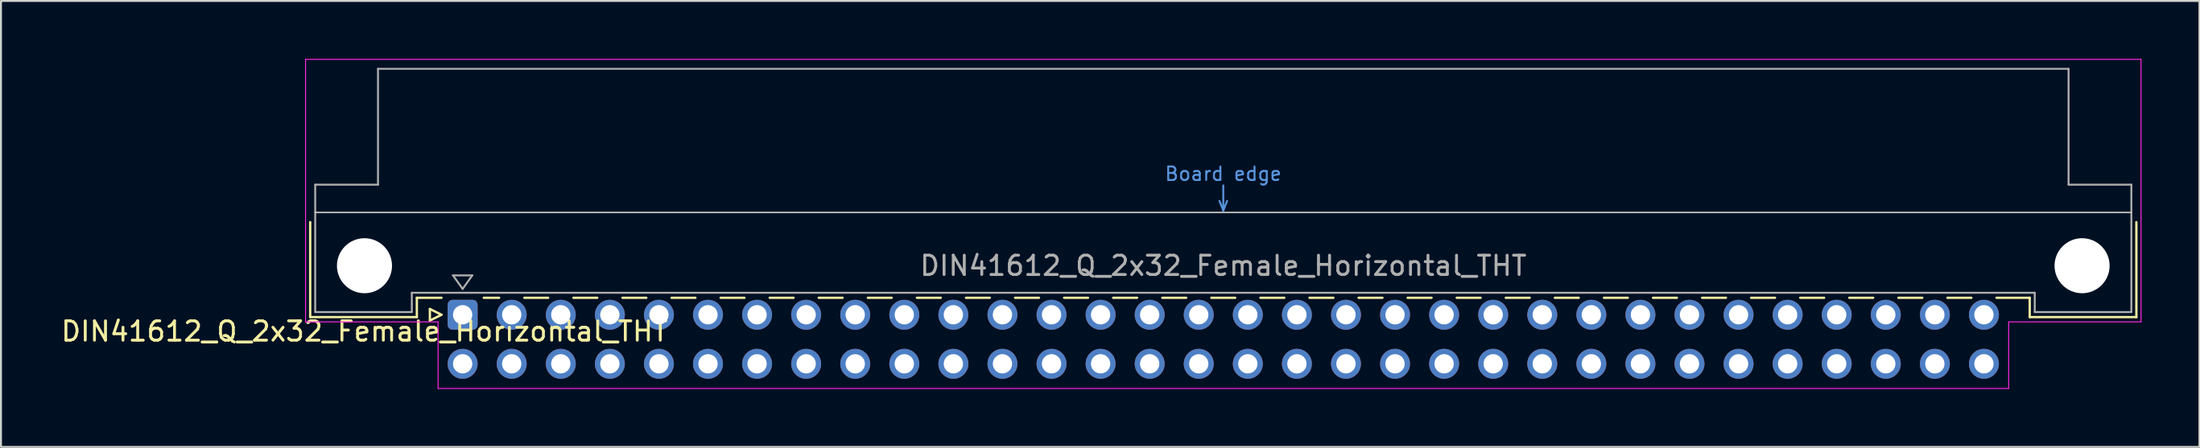
<source format=kicad_pcb>
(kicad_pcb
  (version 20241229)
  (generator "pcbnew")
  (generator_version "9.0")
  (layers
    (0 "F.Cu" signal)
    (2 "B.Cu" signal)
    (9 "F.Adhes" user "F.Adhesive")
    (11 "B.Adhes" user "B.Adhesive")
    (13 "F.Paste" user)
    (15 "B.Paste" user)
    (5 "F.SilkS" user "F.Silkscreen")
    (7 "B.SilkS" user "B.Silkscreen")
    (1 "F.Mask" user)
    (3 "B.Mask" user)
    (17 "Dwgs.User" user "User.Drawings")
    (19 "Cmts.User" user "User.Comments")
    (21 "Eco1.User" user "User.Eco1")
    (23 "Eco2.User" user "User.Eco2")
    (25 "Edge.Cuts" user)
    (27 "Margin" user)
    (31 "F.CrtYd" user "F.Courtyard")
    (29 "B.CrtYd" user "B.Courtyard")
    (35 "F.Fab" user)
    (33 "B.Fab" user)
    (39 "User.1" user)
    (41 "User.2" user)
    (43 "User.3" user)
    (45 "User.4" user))
  (footprint "DIN41612_Q_2x32_Female_Horizontal_THT"
    (layer "F.Cu")
    (at 20.895 13.255)
    (property "Reference" "DIN41612_Q_2x32_Female_Horizontal_THT" (at -5.08 0.86 0) (layer "F.SilkS") (effects (font (size 1 1) (thickness 0.15))))
    (attr through_hole)
    (fp_line (start -7.89 -4.8) (end -7.89 0.12) (stroke (width 0.12) (type solid)) (layer "F.SilkS"))
    (fp_line (start -7.89 0.12) (end -2.37 0.12) (stroke (width 0.12) (type solid)) (layer "F.SilkS"))
    (fp_line (start -2.37 -0.88) (end -1.095 -0.88) (stroke (width 0.12) (type solid)) (layer "F.SilkS"))
    (fp_line (start -2.37 0.12) (end -2.37 -0.88) (stroke (width 0.12) (type solid)) (layer "F.SilkS"))
    (fp_line (start -1.695 -0.3) (end -1.695 0.3) (stroke (width 0.12) (type solid)) (layer "F.SilkS"))
    (fp_line (start -1.695 0.3) (end -1.095 0) (stroke (width 0.12) (type solid)) (layer "F.SilkS"))
    (fp_line (start -1.095 0) (end -1.695 -0.3) (stroke (width 0.12) (type solid)) (layer "F.SilkS"))
    (fp_line (start 1.095 -0.88) (end 1.888 -0.88) (stroke (width 0.12) (type solid)) (layer "F.SilkS"))
    (fp_line (start 3.192 -0.88) (end 4.428 -0.88) (stroke (width 0.12) (type solid)) (layer "F.SilkS"))
    (fp_line (start 5.732 -0.88) (end 6.968 -0.88) (stroke (width 0.12) (type solid)) (layer "F.SilkS"))
    (fp_line (start 8.272 -0.88) (end 9.508 -0.88) (stroke (width 0.12) (type solid)) (layer "F.SilkS"))
    (fp_line (start 10.812 -0.88) (end 12.048 -0.88) (stroke (width 0.12) (type solid)) (layer "F.SilkS"))
    (fp_line (start 13.352 -0.88) (end 14.588 -0.88) (stroke (width 0.12) (type solid)) (layer "F.SilkS"))
    (fp_line (start 15.892 -0.88) (end 17.128 -0.88) (stroke (width 0.12) (type solid)) (layer "F.SilkS"))
    (fp_line (start 18.432 -0.88) (end 19.668 -0.88) (stroke (width 0.12) (type solid)) (layer "F.SilkS"))
    (fp_line (start 20.972 -0.88) (end 22.208 -0.88) (stroke (width 0.12) (type solid)) (layer "F.SilkS"))
    (fp_line (start 23.512 -0.88) (end 24.748 -0.88) (stroke (width 0.12) (type solid)) (layer "F.SilkS"))
    (fp_line (start 26.052 -0.88) (end 27.288 -0.88) (stroke (width 0.12) (type solid)) (layer "F.SilkS"))
    (fp_line (start 28.592 -0.88) (end 29.828 -0.88) (stroke (width 0.12) (type solid)) (layer "F.SilkS"))
    (fp_line (start 31.132 -0.88) (end 32.368 -0.88) (stroke (width 0.12) (type solid)) (layer "F.SilkS"))
    (fp_line (start 33.672 -0.88) (end 34.908 -0.88) (stroke (width 0.12) (type solid)) (layer "F.SilkS"))
    (fp_line (start 36.212 -0.88) (end 37.448 -0.88) (stroke (width 0.12) (type solid)) (layer "F.SilkS"))
    (fp_line (start 38.752 -0.88) (end 39.988 -0.88) (stroke (width 0.12) (type solid)) (layer "F.SilkS"))
    (fp_line (start 41.292 -0.88) (end 42.528 -0.88) (stroke (width 0.12) (type solid)) (layer "F.SilkS"))
    (fp_line (start 43.832 -0.88) (end 45.068 -0.88) (stroke (width 0.12) (type solid)) (layer "F.SilkS"))
    (fp_line (start 46.372 -0.88) (end 47.608 -0.88) (stroke (width 0.12) (type solid)) (layer "F.SilkS"))
    (fp_line (start 48.912 -0.88) (end 50.148 -0.88) (stroke (width 0.12) (type solid)) (layer "F.SilkS"))
    (fp_line (start 51.452 -0.88) (end 52.688 -0.88) (stroke (width 0.12) (type solid)) (layer "F.SilkS"))
    (fp_line (start 53.992 -0.88) (end 55.228 -0.88) (stroke (width 0.12) (type solid)) (layer "F.SilkS"))
    (fp_line (start 56.532 -0.88) (end 57.768 -0.88) (stroke (width 0.12) (type solid)) (layer "F.SilkS"))
    (fp_line (start 59.072 -0.88) (end 60.308 -0.88) (stroke (width 0.12) (type solid)) (layer "F.SilkS"))
    (fp_line (start 61.612 -0.88) (end 62.848 -0.88) (stroke (width 0.12) (type solid)) (layer "F.SilkS"))
    (fp_line (start 64.152 -0.88) (end 65.388 -0.88) (stroke (width 0.12) (type solid)) (layer "F.SilkS"))
    (fp_line (start 66.692 -0.88) (end 67.928 -0.88) (stroke (width 0.12) (type solid)) (layer "F.SilkS"))
    (fp_line (start 69.232 -0.88) (end 70.468 -0.88) (stroke (width 0.12) (type solid)) (layer "F.SilkS"))
    (fp_line (start 71.772 -0.88) (end 73.008 -0.88) (stroke (width 0.12) (type solid)) (layer "F.SilkS"))
    (fp_line (start 74.312 -0.88) (end 75.548 -0.88) (stroke (width 0.12) (type solid)) (layer "F.SilkS"))
    (fp_line (start 76.852 -0.88) (end 78.088 -0.88) (stroke (width 0.12) (type solid)) (layer "F.SilkS"))
    (fp_line (start 79.392 -0.88) (end 81.11 -0.88) (stroke (width 0.12) (type solid)) (layer "F.SilkS"))
    (fp_line (start 81.11 0.12) (end 81.11 -0.88) (stroke (width 0.12) (type solid)) (layer "F.SilkS"))
    (fp_line (start 86.63 -4.8) (end 86.63 0.12) (stroke (width 0.12) (type solid)) (layer "F.SilkS"))
    (fp_line (start 86.63 0.12) (end 81.11 0.12) (stroke (width 0.12) (type solid)) (layer "F.SilkS"))
    (fp_line (start -7.63 -5.3) (end 86.37 -5.3) (stroke (width 0.08) (type solid)) (layer "Dwgs.User"))
    (fp_line (start 39.17 -5.9) (end 39.37 -5.4) (stroke (width 0.1) (type solid)) (layer "Cmts.User"))
    (fp_line (start 39.37 -5.4) (end 39.37 -6.7) (stroke (width 0.1) (type solid)) (layer "Cmts.User"))
    (fp_line (start 39.37 -5.4) (end 39.57 -5.9) (stroke (width 0.1) (type solid)) (layer "Cmts.User"))
    (fp_line (start -8.13 -13.23) (end -8.13 0.37) (stroke (width 0.05) (type solid)) (layer "F.CrtYd"))
    (fp_line (start -8.13 0.37) (end -1.27 0.37) (stroke (width 0.05) (type solid)) (layer "F.CrtYd"))
    (fp_line (start -1.27 0.37) (end -1.27 3.82) (stroke (width 0.05) (type solid)) (layer "F.CrtYd"))
    (fp_line (start -1.27 3.82) (end 80.02 3.82) (stroke (width 0.05) (type solid)) (layer "F.CrtYd"))
    (fp_line (start 80.02 0.37) (end 86.87 0.37) (stroke (width 0.05) (type solid)) (layer "F.CrtYd"))
    (fp_line (start 80.02 3.82) (end 80.02 0.37) (stroke (width 0.05) (type solid)) (layer "F.CrtYd"))
    (fp_line (start 86.87 -13.23) (end -8.13 -13.23) (stroke (width 0.05) (type solid)) (layer "F.CrtYd"))
    (fp_line (start 86.87 0.37) (end 86.87 -13.23) (stroke (width 0.05) (type solid)) (layer "F.CrtYd"))
    (fp_line (start -7.63 -6.74) (end -7.63 -0.14) (stroke (width 0.1) (type solid)) (layer "F.Fab"))
    (fp_line (start -7.63 -0.14) (end -2.63 -0.14) (stroke (width 0.1) (type solid)) (layer "F.Fab"))
    (fp_line (start -4.38 -12.74) (end -4.38 -6.74) (stroke (width 0.1) (type solid)) (layer "F.Fab"))
    (fp_line (start -4.38 -6.74) (end -7.63 -6.74) (stroke (width 0.1) (type solid)) (layer "F.Fab"))
    (fp_line (start -2.63 -1.14) (end 81.37 -1.14) (stroke (width 0.1) (type solid)) (layer "F.Fab"))
    (fp_line (start -2.63 -0.14) (end -2.63 -1.14) (stroke (width 0.1) (type solid)) (layer "F.Fab"))
    (fp_line (start -0.5 -2.04) (end 0.5 -2.04) (stroke (width 0.1) (type solid)) (layer "F.Fab"))
    (fp_line (start 0 -1.34) (end -0.5 -2.04) (stroke (width 0.1) (type solid)) (layer "F.Fab"))
    (fp_line (start 0.5 -2.04) (end 0 -1.34) (stroke (width 0.1) (type solid)) (layer "F.Fab"))
    (fp_line (start 81.37 -1.14) (end 81.37 -0.14) (stroke (width 0.1) (type solid)) (layer "F.Fab"))
    (fp_line (start 81.37 -0.14) (end 86.37 -0.14) (stroke (width 0.1) (type solid)) (layer "F.Fab"))
    (fp_line (start 83.12 -12.74) (end -4.38 -12.74) (stroke (width 0.1) (type solid)) (layer "F.Fab"))
    (fp_line (start 83.12 -6.74) (end 83.12 -12.74) (stroke (width 0.1) (type solid)) (layer "F.Fab"))
    (fp_line (start 86.37 -6.74) (end 83.12 -6.74) (stroke (width 0.1) (type solid)) (layer "F.Fab"))
    (fp_line (start 86.37 -0.14) (end 86.37 -6.74) (stroke (width 0.1) (type solid)) (layer "F.Fab"))
    (fp_text user "Board edge" (at 39.37 -7.3 0) (layer "Cmts.User") (effects (font (size 0.7 0.7) (thickness 0.1))))
    (fp_text user "${REFERENCE}" (at 39.37 -2.54 0) (layer "F.Fab") (effects (font (size 1 1) (thickness 0.15))))
    (pad "" np_thru_hole circle (at -5.08 -2.54) (size 2.85 2.85) (drill 2.85) (layers "*.Cu" "*.Mask"))
    (pad "" np_thru_hole circle (at 83.82 -2.54) (size 2.85 2.85) (drill 2.85) (layers "*.Cu" "*.Mask"))
    (pad "a1" thru_hole roundrect (at 0 0) (size 1.55 1.55) (drill 1) (layers "*.Cu" "*.Mask") (roundrect_rratio 0.161))
    (pad "a2" thru_hole circle (at 2.54 0) (size 1.55 1.55) (drill 1) (layers "*.Cu" "*.Mask"))
    (pad "a3" thru_hole circle (at 5.08 0) (size 1.55 1.55) (drill 1) (layers "*.Cu" "*.Mask"))
    (pad "a4" thru_hole circle (at 7.62 0) (size 1.55 1.55) (drill 1) (layers "*.Cu" "*.Mask"))
    (pad "a5" thru_hole circle (at 10.16 0) (size 1.55 1.55) (drill 1) (layers "*.Cu" "*.Mask"))
    (pad "a6" thru_hole circle (at 12.7 0) (size 1.55 1.55) (drill 1) (layers "*.Cu" "*.Mask"))
    (pad "a7" thru_hole circle (at 15.24 0) (size 1.55 1.55) (drill 1) (layers "*.Cu" "*.Mask"))
    (pad "a8" thru_hole circle (at 17.78 0) (size 1.55 1.55) (drill 1) (layers "*.Cu" "*.Mask"))
    (pad "a9" thru_hole circle (at 20.32 0) (size 1.55 1.55) (drill 1) (layers "*.Cu" "*.Mask"))
    (pad "a10" thru_hole circle (at 22.86 0) (size 1.55 1.55) (drill 1) (layers "*.Cu" "*.Mask"))
    (pad "a11" thru_hole circle (at 25.4 0) (size 1.55 1.55) (drill 1) (layers "*.Cu" "*.Mask"))
    (pad "a12" thru_hole circle (at 27.94 0) (size 1.55 1.55) (drill 1) (layers "*.Cu" "*.Mask"))
    (pad "a13" thru_hole circle (at 30.48 0) (size 1.55 1.55) (drill 1) (layers "*.Cu" "*.Mask"))
    (pad "a14" thru_hole circle (at 33.02 0) (size 1.55 1.55) (drill 1) (layers "*.Cu" "*.Mask"))
    (pad "a15" thru_hole circle (at 35.56 0) (size 1.55 1.55) (drill 1) (layers "*.Cu" "*.Mask"))
    (pad "a16" thru_hole circle (at 38.1 0) (size 1.55 1.55) (drill 1) (layers "*.Cu" "*.Mask"))
    (pad "a17" thru_hole circle (at 40.64 0) (size 1.55 1.55) (drill 1) (layers "*.Cu" "*.Mask"))
    (pad "a18" thru_hole circle (at 43.18 0) (size 1.55 1.55) (drill 1) (layers "*.Cu" "*.Mask"))
    (pad "a19" thru_hole circle (at 45.72 0) (size 1.55 1.55) (drill 1) (layers "*.Cu" "*.Mask"))
    (pad "a20" thru_hole circle (at 48.26 0) (size 1.55 1.55) (drill 1) (layers "*.Cu" "*.Mask"))
    (pad "a21" thru_hole circle (at 50.8 0) (size 1.55 1.55) (drill 1) (layers "*.Cu" "*.Mask"))
    (pad "a22" thru_hole circle (at 53.34 0) (size 1.55 1.55) (drill 1) (layers "*.Cu" "*.Mask"))
    (pad "a23" thru_hole circle (at 55.88 0) (size 1.55 1.55) (drill 1) (layers "*.Cu" "*.Mask"))
    (pad "a24" thru_hole circle (at 58.42 0) (size 1.55 1.55) (drill 1) (layers "*.Cu" "*.Mask"))
    (pad "a25" thru_hole circle (at 60.96 0) (size 1.55 1.55) (drill 1) (layers "*.Cu" "*.Mask"))
    (pad "a26" thru_hole circle (at 63.5 0) (size 1.55 1.55) (drill 1) (layers "*.Cu" "*.Mask"))
    (pad "a27" thru_hole circle (at 66.04 0) (size 1.55 1.55) (drill 1) (layers "*.Cu" "*.Mask"))
    (pad "a28" thru_hole circle (at 68.58 0) (size 1.55 1.55) (drill 1) (layers "*.Cu" "*.Mask"))
    (pad "a29" thru_hole circle (at 71.12 0) (size 1.55 1.55) (drill 1) (layers "*.Cu" "*.Mask"))
    (pad "a30" thru_hole circle (at 73.66 0) (size 1.55 1.55) (drill 1) (layers "*.Cu" "*.Mask"))
    (pad "a31" thru_hole circle (at 76.2 0) (size 1.55 1.55) (drill 1) (layers "*.Cu" "*.Mask"))
    (pad "a32" thru_hole circle (at 78.74 0) (size 1.55 1.55) (drill 1) (layers "*.Cu" "*.Mask"))
    (pad "b1" thru_hole circle (at 0 2.54) (size 1.55 1.55) (drill 1) (layers "*.Cu" "*.Mask"))
    (pad "b2" thru_hole circle (at 2.54 2.54) (size 1.55 1.55) (drill 1) (layers "*.Cu" "*.Mask"))
    (pad "b3" thru_hole circle (at 5.08 2.54) (size 1.55 1.55) (drill 1) (layers "*.Cu" "*.Mask"))
    (pad "b4" thru_hole circle (at 7.62 2.54) (size 1.55 1.55) (drill 1) (layers "*.Cu" "*.Mask"))
    (pad "b5" thru_hole circle (at 10.16 2.54) (size 1.55 1.55) (drill 1) (layers "*.Cu" "*.Mask"))
    (pad "b6" thru_hole circle (at 12.7 2.54) (size 1.55 1.55) (drill 1) (layers "*.Cu" "*.Mask"))
    (pad "b7" thru_hole circle (at 15.24 2.54) (size 1.55 1.55) (drill 1) (layers "*.Cu" "*.Mask"))
    (pad "b8" thru_hole circle (at 17.78 2.54) (size 1.55 1.55) (drill 1) (layers "*.Cu" "*.Mask"))
    (pad "b9" thru_hole circle (at 20.32 2.54) (size 1.55 1.55) (drill 1) (layers "*.Cu" "*.Mask"))
    (pad "b10" thru_hole circle (at 22.86 2.54) (size 1.55 1.55) (drill 1) (layers "*.Cu" "*.Mask"))
    (pad "b11" thru_hole circle (at 25.4 2.54) (size 1.55 1.55) (drill 1) (layers "*.Cu" "*.Mask"))
    (pad "b12" thru_hole circle (at 27.94 2.54) (size 1.55 1.55) (drill 1) (layers "*.Cu" "*.Mask"))
    (pad "b13" thru_hole circle (at 30.48 2.54) (size 1.55 1.55) (drill 1) (layers "*.Cu" "*.Mask"))
    (pad "b14" thru_hole circle (at 33.02 2.54) (size 1.55 1.55) (drill 1) (layers "*.Cu" "*.Mask"))
    (pad "b15" thru_hole circle (at 35.56 2.54) (size 1.55 1.55) (drill 1) (layers "*.Cu" "*.Mask"))
    (pad "b16" thru_hole circle (at 38.1 2.54) (size 1.55 1.55) (drill 1) (layers "*.Cu" "*.Mask"))
    (pad "b17" thru_hole circle (at 40.64 2.54) (size 1.55 1.55) (drill 1) (layers "*.Cu" "*.Mask"))
    (pad "b18" thru_hole circle (at 43.18 2.54) (size 1.55 1.55) (drill 1) (layers "*.Cu" "*.Mask"))
    (pad "b19" thru_hole circle (at 45.72 2.54) (size 1.55 1.55) (drill 1) (layers "*.Cu" "*.Mask"))
    (pad "b20" thru_hole circle (at 48.26 2.54) (size 1.55 1.55) (drill 1) (layers "*.Cu" "*.Mask"))
    (pad "b21" thru_hole circle (at 50.8 2.54) (size 1.55 1.55) (drill 1) (layers "*.Cu" "*.Mask"))
    (pad "b22" thru_hole circle (at 53.34 2.54) (size 1.55 1.55) (drill 1) (layers "*.Cu" "*.Mask"))
    (pad "b23" thru_hole circle (at 55.88 2.54) (size 1.55 1.55) (drill 1) (layers "*.Cu" "*.Mask"))
    (pad "b24" thru_hole circle (at 58.42 2.54) (size 1.55 1.55) (drill 1) (layers "*.Cu" "*.Mask"))
    (pad "b25" thru_hole circle (at 60.96 2.54) (size 1.55 1.55) (drill 1) (layers "*.Cu" "*.Mask"))
    (pad "b26" thru_hole circle (at 63.5 2.54) (size 1.55 1.55) (drill 1) (layers "*.Cu" "*.Mask"))
    (pad "b27" thru_hole circle (at 66.04 2.54) (size 1.55 1.55) (drill 1) (layers "*.Cu" "*.Mask"))
    (pad "b28" thru_hole circle (at 68.58 2.54) (size 1.55 1.55) (drill 1) (layers "*.Cu" "*.Mask"))
    (pad "b29" thru_hole circle (at 71.12 2.54) (size 1.55 1.55) (drill 1) (layers "*.Cu" "*.Mask"))
    (pad "b30" thru_hole circle (at 73.66 2.54) (size 1.55 1.55) (drill 1) (layers "*.Cu" "*.Mask"))
    (pad "b31" thru_hole circle (at 76.2 2.54) (size 1.55 1.55) (drill 1) (layers "*.Cu" "*.Mask"))
    (pad "b32" thru_hole circle (at 78.74 2.54) (size 1.55 1.55) (drill 1) (layers "*.Cu" "*.Mask")))
  (gr_rect
    (start -3 -3)
    (end 110.79 20.1)
    (stroke (width 0.1) (type default))
    (fill no)
    (layer "Edge.Cuts")))
</source>
